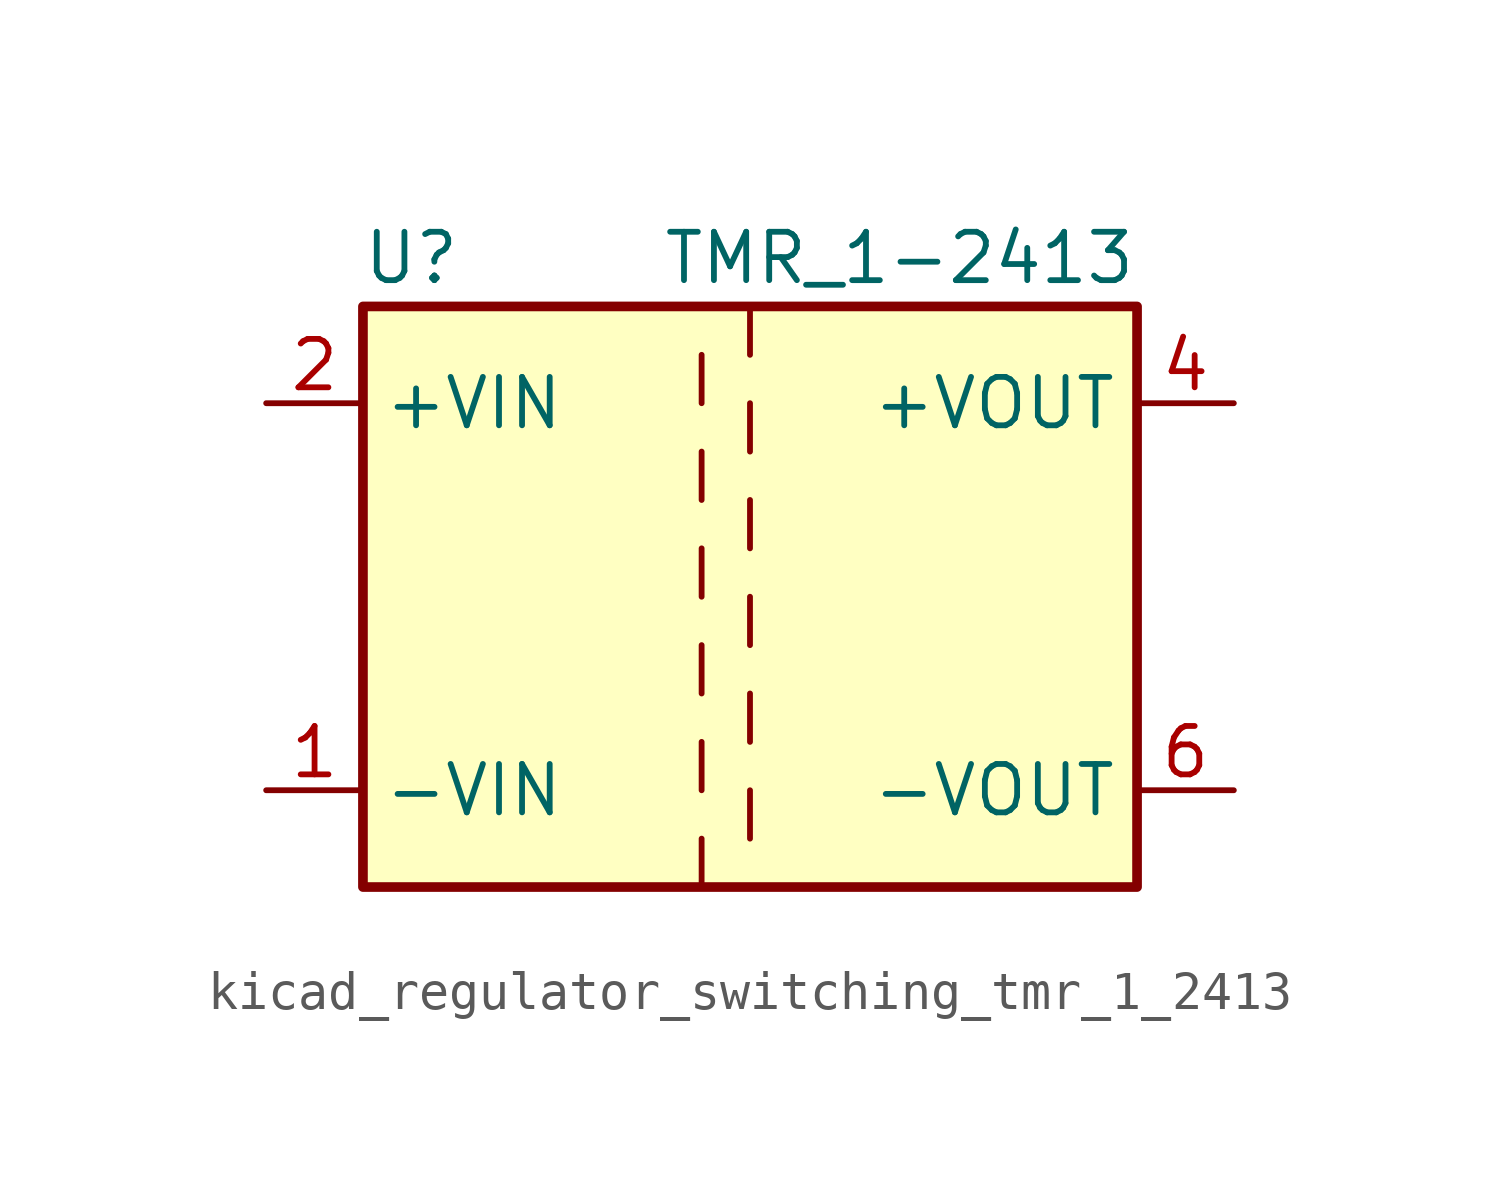
<source format=kicad_sym>
(kicad_symbol_lib
  (version 20220914)
  (generator kicad_symbol_editor)
  (symbol "kicad_regulator_switching_tmr_1_2413"
    (property "Reference" "U"
      (at -8.89 8.89 0)
      (effects (font (size 1.27 1.27))))
    (property "Value" "TMR_1-2413"
      (at 10.16 8.89 0)
      (effects (font (size 1.27 1.27)) (justify right)))
    (symbol "kicad_regulator_switching_tmr_1_2413_0_1"
      (rectangle (start -10.16 7.62) (end 10.16 -7.62) (stroke (width 0.254) (type default)) (fill (type background)))
      (polyline (pts (xy -1.27 -7.62) (xy -1.27 -6.35)) (stroke (width 0) (type default)) (fill (type none)))
      (polyline (pts (xy -1.27 -5.08) (xy -1.27 -3.81)) (stroke (width 0) (type default)) (fill (type none)))
      (polyline (pts (xy -1.27 -2.54) (xy -1.27 -1.27)) (stroke (width 0) (type default)) (fill (type none)))
      (polyline (pts (xy -1.27 0) (xy -1.27 1.27)) (stroke (width 0) (type default)) (fill (type none)))
      (polyline (pts (xy -1.27 2.54) (xy -1.27 3.81)) (stroke (width 0) (type default)) (fill (type none)))
      (polyline (pts (xy -1.27 5.08) (xy -1.27 6.35)) (stroke (width 0) (type default)) (fill (type none)))
      (polyline (pts (xy 0 -5.08) (xy 0 -6.35)) (stroke (width 0) (type default)) (fill (type none)))
      (polyline (pts (xy 0 -2.54) (xy 0 -3.81)) (stroke (width 0) (type default)) (fill (type none)))
      (polyline (pts (xy 0 0) (xy 0 -1.27)) (stroke (width 0) (type default)) (fill (type none)))
      (polyline (pts (xy 0 2.54) (xy 0 1.27)) (stroke (width 0) (type default)) (fill (type none)))
      (polyline (pts (xy 0 5.08) (xy 0 3.81)) (stroke (width 0) (type default)) (fill (type none)))
      (polyline (pts (xy 0 7.62) (xy 0 6.35)) (stroke (width 0) (type default)) (fill (type none))))
    (symbol "kicad_regulator_switching_tmr_1_2413_1_1"
      (pin power_in line (at -12.7 -5.08 0) (length 2.54) (name "-VIN" (effects (font (size 1.27 1.27)))) (number "1" (effects (font (size 1.27 1.27)))))
      (pin power_in line (at -12.7 5.08 0) (length 2.54) (name "+VIN" (effects (font (size 1.27 1.27)))) (number "2" (effects (font (size 1.27 1.27)))))
      (pin power_out line (at 12.7 5.08 180) (length 2.54) (name "+VOUT" (effects (font (size 1.27 1.27)))) (number "4" (effects (font (size 1.27 1.27)))))
      (pin power_out line (at 12.7 -5.08 180) (length 2.54) (name "-VOUT" (effects (font (size 1.27 1.27)))) (number "6" (effects (font (size 1.27 1.27))))))))
</source>
